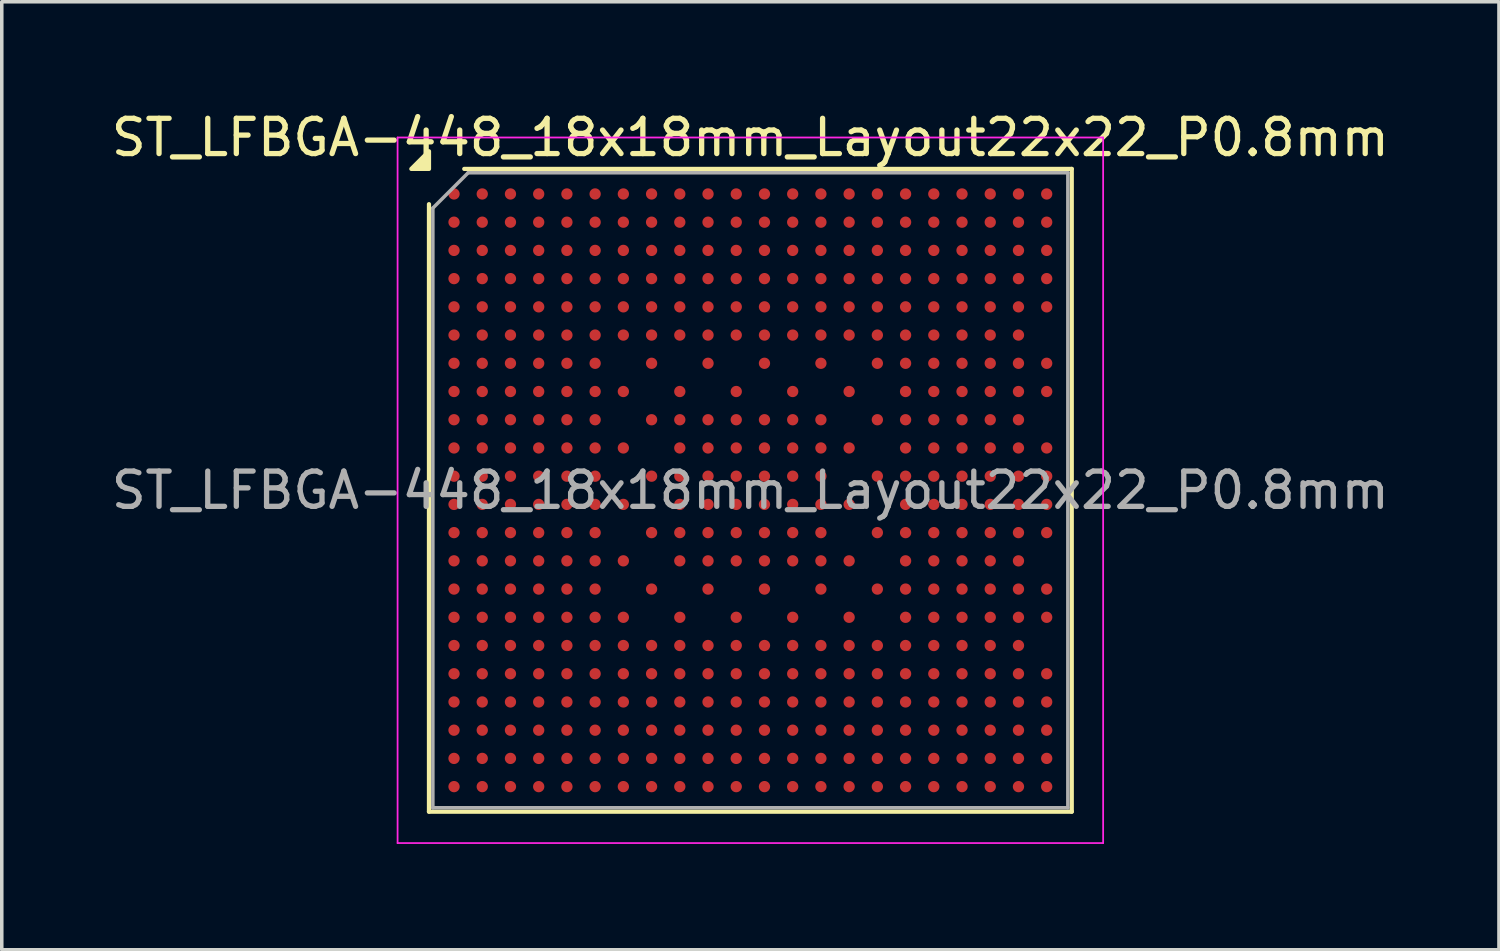
<source format=kicad_pcb>
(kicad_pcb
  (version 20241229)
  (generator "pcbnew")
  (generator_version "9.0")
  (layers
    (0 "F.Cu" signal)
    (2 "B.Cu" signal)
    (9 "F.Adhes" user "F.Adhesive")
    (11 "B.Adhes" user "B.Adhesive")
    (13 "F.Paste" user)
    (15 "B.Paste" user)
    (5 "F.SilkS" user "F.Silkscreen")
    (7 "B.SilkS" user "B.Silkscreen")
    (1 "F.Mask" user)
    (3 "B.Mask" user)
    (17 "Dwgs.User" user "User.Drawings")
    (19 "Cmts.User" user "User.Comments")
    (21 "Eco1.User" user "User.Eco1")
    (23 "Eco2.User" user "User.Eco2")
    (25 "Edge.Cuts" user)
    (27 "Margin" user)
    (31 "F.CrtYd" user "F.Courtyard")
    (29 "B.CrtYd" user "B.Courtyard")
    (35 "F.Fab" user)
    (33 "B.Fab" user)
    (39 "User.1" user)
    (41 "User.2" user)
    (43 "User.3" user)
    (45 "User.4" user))
  (footprint "ST_LFBGA-448_18x18mm_Layout22x22_P0.8mm"
    (layer "F.Cu")
    (at 18.22 10.848)
    (property "Reference" "ST_LFBGA-448_18x18mm_Layout22x22_P0.8mm" (at 0 -10 0) (layer "F.SilkS") (effects (font (size 1 1) (thickness 0.15))))
    (attr smd)
    (fp_line (start -9.11 9.11) (end -9.11 -8.11) (stroke (width 0.12) (type solid)) (layer "F.SilkS"))
    (fp_line (start -8.11 -9.11) (end 9.11 -9.11) (stroke (width 0.12) (type solid)) (layer "F.SilkS"))
    (fp_line (start 9.11 -9.11) (end 9.11 9.11) (stroke (width 0.12) (type solid)) (layer "F.SilkS"))
    (fp_line (start 9.11 9.11) (end -9.11 9.11) (stroke (width 0.12) (type solid)) (layer "F.SilkS"))
    (fp_poly (pts (xy -9.11 -9.11) (xy -9.61 -9.11) (xy -9.11 -9.61) (xy -9.11 -9.11)) (stroke (width 0.12) (type solid)) (fill yes) (layer "F.SilkS"))
    (fp_line (start -10 -10) (end -10 10) (stroke (width 0.05) (type solid)) (layer "F.CrtYd"))
    (fp_line (start -10 10) (end 10 10) (stroke (width 0.05) (type solid)) (layer "F.CrtYd"))
    (fp_line (start 10 -10) (end -10 -10) (stroke (width 0.05) (type solid)) (layer "F.CrtYd"))
    (fp_line (start 10 10) (end 10 -10) (stroke (width 0.05) (type solid)) (layer "F.CrtYd"))
    (fp_line (start -9 -8) (end -8 -9) (stroke (width 0.1) (type solid)) (layer "F.Fab"))
    (fp_line (start -9 9) (end -9 -8) (stroke (width 0.1) (type solid)) (layer "F.Fab"))
    (fp_line (start -8 -9) (end 9 -9) (stroke (width 0.1) (type solid)) (layer "F.Fab"))
    (fp_line (start 9 -9) (end 9 9) (stroke (width 0.1) (type solid)) (layer "F.Fab"))
    (fp_line (start 9 9) (end -9 9) (stroke (width 0.1) (type solid)) (layer "F.Fab"))
    (fp_text user "${REFERENCE}" (at 0 0 0) (layer "F.Fab") (effects (font (size 1 1) (thickness 0.15))))
    (pad "A1" smd circle (at -8.4 -8.4) (size 0.32 0.32) (property pad_prop_bga) (layers "F.Cu" "F.Mask" "F.Paste"))
    (pad "A2" smd circle (at -7.6 -8.4) (size 0.32 0.32) (property pad_prop_bga) (layers "F.Cu" "F.Mask" "F.Paste"))
    (pad "A3" smd circle (at -6.8 -8.4) (size 0.32 0.32) (property pad_prop_bga) (layers "F.Cu" "F.Mask" "F.Paste"))
    (pad "A4" smd circle (at -6 -8.4) (size 0.32 0.32) (property pad_prop_bga) (layers "F.Cu" "F.Mask" "F.Paste"))
    (pad "A5" smd circle (at -5.2 -8.4) (size 0.32 0.32) (property pad_prop_bga) (layers "F.Cu" "F.Mask" "F.Paste"))
    (pad "A6" smd circle (at -4.4 -8.4) (size 0.32 0.32) (property pad_prop_bga) (layers "F.Cu" "F.Mask" "F.Paste"))
    (pad "A7" smd circle (at -3.6 -8.4) (size 0.32 0.32) (property pad_prop_bga) (layers "F.Cu" "F.Mask" "F.Paste"))
    (pad "A8" smd circle (at -2.8 -8.4) (size 0.32 0.32) (property pad_prop_bga) (layers "F.Cu" "F.Mask" "F.Paste"))
    (pad "A9" smd circle (at -2 -8.4) (size 0.32 0.32) (property pad_prop_bga) (layers "F.Cu" "F.Mask" "F.Paste"))
    (pad "A10" smd circle (at -1.2 -8.4) (size 0.32 0.32) (property pad_prop_bga) (layers "F.Cu" "F.Mask" "F.Paste"))
    (pad "A11" smd circle (at -0.4 -8.4) (size 0.32 0.32) (property pad_prop_bga) (layers "F.Cu" "F.Mask" "F.Paste"))
    (pad "A12" smd circle (at 0.4 -8.4) (size 0.32 0.32) (property pad_prop_bga) (layers "F.Cu" "F.Mask" "F.Paste"))
    (pad "A13" smd circle (at 1.2 -8.4) (size 0.32 0.32) (property pad_prop_bga) (layers "F.Cu" "F.Mask" "F.Paste"))
    (pad "A14" smd circle (at 2 -8.4) (size 0.32 0.32) (property pad_prop_bga) (layers "F.Cu" "F.Mask" "F.Paste"))
    (pad "A15" smd circle (at 2.8 -8.4) (size 0.32 0.32) (property pad_prop_bga) (layers "F.Cu" "F.Mask" "F.Paste"))
    (pad "A16" smd circle (at 3.6 -8.4) (size 0.32 0.32) (property pad_prop_bga) (layers "F.Cu" "F.Mask" "F.Paste"))
    (pad "A17" smd circle (at 4.4 -8.4) (size 0.32 0.32) (property pad_prop_bga) (layers "F.Cu" "F.Mask" "F.Paste"))
    (pad "A18" smd circle (at 5.2 -8.4) (size 0.32 0.32) (property pad_prop_bga) (layers "F.Cu" "F.Mask" "F.Paste"))
    (pad "A19" smd circle (at 6 -8.4) (size 0.32 0.32) (property pad_prop_bga) (layers "F.Cu" "F.Mask" "F.Paste"))
    (pad "A20" smd circle (at 6.8 -8.4) (size 0.32 0.32) (property pad_prop_bga) (layers "F.Cu" "F.Mask" "F.Paste"))
    (pad "A21" smd circle (at 7.6 -8.4) (size 0.32 0.32) (property pad_prop_bga) (layers "F.Cu" "F.Mask" "F.Paste"))
    (pad "A22" smd circle (at 8.4 -8.4) (size 0.32 0.32) (property pad_prop_bga) (layers "F.Cu" "F.Mask" "F.Paste"))
    (pad "AA1" smd circle (at -8.4 7.6) (size 0.32 0.32) (property pad_prop_bga) (layers "F.Cu" "F.Mask" "F.Paste"))
    (pad "AA2" smd circle (at -7.6 7.6) (size 0.32 0.32) (property pad_prop_bga) (layers "F.Cu" "F.Mask" "F.Paste"))
    (pad "AA3" smd circle (at -6.8 7.6) (size 0.32 0.32) (property pad_prop_bga) (layers "F.Cu" "F.Mask" "F.Paste"))
    (pad "AA4" smd circle (at -6 7.6) (size 0.32 0.32) (property pad_prop_bga) (layers "F.Cu" "F.Mask" "F.Paste"))
    (pad "AA5" smd circle (at -5.2 7.6) (size 0.32 0.32) (property pad_prop_bga) (layers "F.Cu" "F.Mask" "F.Paste"))
    (pad "AA6" smd circle (at -4.4 7.6) (size 0.32 0.32) (property pad_prop_bga) (layers "F.Cu" "F.Mask" "F.Paste"))
    (pad "AA7" smd circle (at -3.6 7.6) (size 0.32 0.32) (property pad_prop_bga) (layers "F.Cu" "F.Mask" "F.Paste"))
    (pad "AA8" smd circle (at -2.8 7.6) (size 0.32 0.32) (property pad_prop_bga) (layers "F.Cu" "F.Mask" "F.Paste"))
    (pad "AA9" smd circle (at -2 7.6) (size 0.32 0.32) (property pad_prop_bga) (layers "F.Cu" "F.Mask" "F.Paste"))
    (pad "AA10" smd circle (at -1.2 7.6) (size 0.32 0.32) (property pad_prop_bga) (layers "F.Cu" "F.Mask" "F.Paste"))
    (pad "AA11" smd circle (at -0.4 7.6) (size 0.32 0.32) (property pad_prop_bga) (layers "F.Cu" "F.Mask" "F.Paste"))
    (pad "AA12" smd circle (at 0.4 7.6) (size 0.32 0.32) (property pad_prop_bga) (layers "F.Cu" "F.Mask" "F.Paste"))
    (pad "AA13" smd circle (at 1.2 7.6) (size 0.32 0.32) (property pad_prop_bga) (layers "F.Cu" "F.Mask" "F.Paste"))
    (pad "AA14" smd circle (at 2 7.6) (size 0.32 0.32) (property pad_prop_bga) (layers "F.Cu" "F.Mask" "F.Paste"))
    (pad "AA15" smd circle (at 2.8 7.6) (size 0.32 0.32) (property pad_prop_bga) (layers "F.Cu" "F.Mask" "F.Paste"))
    (pad "AA16" smd circle (at 3.6 7.6) (size 0.32 0.32) (property pad_prop_bga) (layers "F.Cu" "F.Mask" "F.Paste"))
    (pad "AA17" smd circle (at 4.4 7.6) (size 0.32 0.32) (property pad_prop_bga) (layers "F.Cu" "F.Mask" "F.Paste"))
    (pad "AA18" smd circle (at 5.2 7.6) (size 0.32 0.32) (property pad_prop_bga) (layers "F.Cu" "F.Mask" "F.Paste"))
    (pad "AA19" smd circle (at 6 7.6) (size 0.32 0.32) (property pad_prop_bga) (layers "F.Cu" "F.Mask" "F.Paste"))
    (pad "AA20" smd circle (at 6.8 7.6) (size 0.32 0.32) (property pad_prop_bga) (layers "F.Cu" "F.Mask" "F.Paste"))
    (pad "AA21" smd circle (at 7.6 7.6) (size 0.32 0.32) (property pad_prop_bga) (layers "F.Cu" "F.Mask" "F.Paste"))
    (pad "AA22" smd circle (at 8.4 7.6) (size 0.32 0.32) (property pad_prop_bga) (layers "F.Cu" "F.Mask" "F.Paste"))
    (pad "AB1" smd circle (at -8.4 8.4) (size 0.32 0.32) (property pad_prop_bga) (layers "F.Cu" "F.Mask" "F.Paste"))
    (pad "AB2" smd circle (at -7.6 8.4) (size 0.32 0.32) (property pad_prop_bga) (layers "F.Cu" "F.Mask" "F.Paste"))
    (pad "AB3" smd circle (at -6.8 8.4) (size 0.32 0.32) (property pad_prop_bga) (layers "F.Cu" "F.Mask" "F.Paste"))
    (pad "AB4" smd circle (at -6 8.4) (size 0.32 0.32) (property pad_prop_bga) (layers "F.Cu" "F.Mask" "F.Paste"))
    (pad "AB5" smd circle (at -5.2 8.4) (size 0.32 0.32) (property pad_prop_bga) (layers "F.Cu" "F.Mask" "F.Paste"))
    (pad "AB6" smd circle (at -4.4 8.4) (size 0.32 0.32) (property pad_prop_bga) (layers "F.Cu" "F.Mask" "F.Paste"))
    (pad "AB7" smd circle (at -3.6 8.4) (size 0.32 0.32) (property pad_prop_bga) (layers "F.Cu" "F.Mask" "F.Paste"))
    (pad "AB8" smd circle (at -2.8 8.4) (size 0.32 0.32) (property pad_prop_bga) (layers "F.Cu" "F.Mask" "F.Paste"))
    (pad "AB9" smd circle (at -2 8.4) (size 0.32 0.32) (property pad_prop_bga) (layers "F.Cu" "F.Mask" "F.Paste"))
    (pad "AB10" smd circle (at -1.2 8.4) (size 0.32 0.32) (property pad_prop_bga) (layers "F.Cu" "F.Mask" "F.Paste"))
    (pad "AB11" smd circle (at -0.4 8.4) (size 0.32 0.32) (property pad_prop_bga) (layers "F.Cu" "F.Mask" "F.Paste"))
    (pad "AB12" smd circle (at 0.4 8.4) (size 0.32 0.32) (property pad_prop_bga) (layers "F.Cu" "F.Mask" "F.Paste"))
    (pad "AB13" smd circle (at 1.2 8.4) (size 0.32 0.32) (property pad_prop_bga) (layers "F.Cu" "F.Mask" "F.Paste"))
    (pad "AB14" smd circle (at 2 8.4) (size 0.32 0.32) (property pad_prop_bga) (layers "F.Cu" "F.Mask" "F.Paste"))
    (pad "AB15" smd circle (at 2.8 8.4) (size 0.32 0.32) (property pad_prop_bga) (layers "F.Cu" "F.Mask" "F.Paste"))
    (pad "AB16" smd circle (at 3.6 8.4) (size 0.32 0.32) (property pad_prop_bga) (layers "F.Cu" "F.Mask" "F.Paste"))
    (pad "AB17" smd circle (at 4.4 8.4) (size 0.32 0.32) (property pad_prop_bga) (layers "F.Cu" "F.Mask" "F.Paste"))
    (pad "AB18" smd circle (at 5.2 8.4) (size 0.32 0.32) (property pad_prop_bga) (layers "F.Cu" "F.Mask" "F.Paste"))
    (pad "AB19" smd circle (at 6 8.4) (size 0.32 0.32) (property pad_prop_bga) (layers "F.Cu" "F.Mask" "F.Paste"))
    (pad "AB20" smd circle (at 6.8 8.4) (size 0.32 0.32) (property pad_prop_bga) (layers "F.Cu" "F.Mask" "F.Paste"))
    (pad "AB21" smd circle (at 7.6 8.4) (size 0.32 0.32) (property pad_prop_bga) (layers "F.Cu" "F.Mask" "F.Paste"))
    (pad "AB22" smd circle (at 8.4 8.4) (size 0.32 0.32) (property pad_prop_bga) (layers "F.Cu" "F.Mask" "F.Paste"))
    (pad "B1" smd circle (at -8.4 -7.6) (size 0.32 0.32) (property pad_prop_bga) (layers "F.Cu" "F.Mask" "F.Paste"))
    (pad "B2" smd circle (at -7.6 -7.6) (size 0.32 0.32) (property pad_prop_bga) (layers "F.Cu" "F.Mask" "F.Paste"))
    (pad "B3" smd circle (at -6.8 -7.6) (size 0.32 0.32) (property pad_prop_bga) (layers "F.Cu" "F.Mask" "F.Paste"))
    (pad "B4" smd circle (at -6 -7.6) (size 0.32 0.32) (property pad_prop_bga) (layers "F.Cu" "F.Mask" "F.Paste"))
    (pad "B5" smd circle (at -5.2 -7.6) (size 0.32 0.32) (property pad_prop_bga) (layers "F.Cu" "F.Mask" "F.Paste"))
    (pad "B6" smd circle (at -4.4 -7.6) (size 0.32 0.32) (property pad_prop_bga) (layers "F.Cu" "F.Mask" "F.Paste"))
    (pad "B7" smd circle (at -3.6 -7.6) (size 0.32 0.32) (property pad_prop_bga) (layers "F.Cu" "F.Mask" "F.Paste"))
    (pad "B8" smd circle (at -2.8 -7.6) (size 0.32 0.32) (property pad_prop_bga) (layers "F.Cu" "F.Mask" "F.Paste"))
    (pad "B9" smd circle (at -2 -7.6) (size 0.32 0.32) (property pad_prop_bga) (layers "F.Cu" "F.Mask" "F.Paste"))
    (pad "B10" smd circle (at -1.2 -7.6) (size 0.32 0.32) (property pad_prop_bga) (layers "F.Cu" "F.Mask" "F.Paste"))
    (pad "B11" smd circle (at -0.4 -7.6) (size 0.32 0.32) (property pad_prop_bga) (layers "F.Cu" "F.Mask" "F.Paste"))
    (pad "B12" smd circle (at 0.4 -7.6) (size 0.32 0.32) (property pad_prop_bga) (layers "F.Cu" "F.Mask" "F.Paste"))
    (pad "B13" smd circle (at 1.2 -7.6) (size 0.32 0.32) (property pad_prop_bga) (layers "F.Cu" "F.Mask" "F.Paste"))
    (pad "B14" smd circle (at 2 -7.6) (size 0.32 0.32) (property pad_prop_bga) (layers "F.Cu" "F.Mask" "F.Paste"))
    (pad "B15" smd circle (at 2.8 -7.6) (size 0.32 0.32) (property pad_prop_bga) (layers "F.Cu" "F.Mask" "F.Paste"))
    (pad "B16" smd circle (at 3.6 -7.6) (size 0.32 0.32) (property pad_prop_bga) (layers "F.Cu" "F.Mask" "F.Paste"))
    (pad "B17" smd circle (at 4.4 -7.6) (size 0.32 0.32) (property pad_prop_bga) (layers "F.Cu" "F.Mask" "F.Paste"))
    (pad "B18" smd circle (at 5.2 -7.6) (size 0.32 0.32) (property pad_prop_bga) (layers "F.Cu" "F.Mask" "F.Paste"))
    (pad "B19" smd circle (at 6 -7.6) (size 0.32 0.32) (property pad_prop_bga) (layers "F.Cu" "F.Mask" "F.Paste"))
    (pad "B20" smd circle (at 6.8 -7.6) (size 0.32 0.32) (property pad_prop_bga) (layers "F.Cu" "F.Mask" "F.Paste"))
    (pad "B21" smd circle (at 7.6 -7.6) (size 0.32 0.32) (property pad_prop_bga) (layers "F.Cu" "F.Mask" "F.Paste"))
    (pad "B22" smd circle (at 8.4 -7.6) (size 0.32 0.32) (property pad_prop_bga) (layers "F.Cu" "F.Mask" "F.Paste"))
    (pad "C1" smd circle (at -8.4 -6.8) (size 0.32 0.32) (property pad_prop_bga) (layers "F.Cu" "F.Mask" "F.Paste"))
    (pad "C2" smd circle (at -7.6 -6.8) (size 0.32 0.32) (property pad_prop_bga) (layers "F.Cu" "F.Mask" "F.Paste"))
    (pad "C3" smd circle (at -6.8 -6.8) (size 0.32 0.32) (property pad_prop_bga) (layers "F.Cu" "F.Mask" "F.Paste"))
    (pad "C4" smd circle (at -6 -6.8) (size 0.32 0.32) (property pad_prop_bga) (layers "F.Cu" "F.Mask" "F.Paste"))
    (pad "C5" smd circle (at -5.2 -6.8) (size 0.32 0.32) (property pad_prop_bga) (layers "F.Cu" "F.Mask" "F.Paste"))
    (pad "C6" smd circle (at -4.4 -6.8) (size 0.32 0.32) (property pad_prop_bga) (layers "F.Cu" "F.Mask" "F.Paste"))
    (pad "C7" smd circle (at -3.6 -6.8) (size 0.32 0.32) (property pad_prop_bga) (layers "F.Cu" "F.Mask" "F.Paste"))
    (pad "C8" smd circle (at -2.8 -6.8) (size 0.32 0.32) (property pad_prop_bga) (layers "F.Cu" "F.Mask" "F.Paste"))
    (pad "C9" smd circle (at -2 -6.8) (size 0.32 0.32) (property pad_prop_bga) (layers "F.Cu" "F.Mask" "F.Paste"))
    (pad "C10" smd circle (at -1.2 -6.8) (size 0.32 0.32) (property pad_prop_bga) (layers "F.Cu" "F.Mask" "F.Paste"))
    (pad "C11" smd circle (at -0.4 -6.8) (size 0.32 0.32) (property pad_prop_bga) (layers "F.Cu" "F.Mask" "F.Paste"))
    (pad "C12" smd circle (at 0.4 -6.8) (size 0.32 0.32) (property pad_prop_bga) (layers "F.Cu" "F.Mask" "F.Paste"))
    (pad "C13" smd circle (at 1.2 -6.8) (size 0.32 0.32) (property pad_prop_bga) (layers "F.Cu" "F.Mask" "F.Paste"))
    (pad "C14" smd circle (at 2 -6.8) (size 0.32 0.32) (property pad_prop_bga) (layers "F.Cu" "F.Mask" "F.Paste"))
    (pad "C15" smd circle (at 2.8 -6.8) (size 0.32 0.32) (property pad_prop_bga) (layers "F.Cu" "F.Mask" "F.Paste"))
    (pad "C16" smd circle (at 3.6 -6.8) (size 0.32 0.32) (property pad_prop_bga) (layers "F.Cu" "F.Mask" "F.Paste"))
    (pad "C17" smd circle (at 4.4 -6.8) (size 0.32 0.32) (property pad_prop_bga) (layers "F.Cu" "F.Mask" "F.Paste"))
    (pad "C18" smd circle (at 5.2 -6.8) (size 0.32 0.32) (property pad_prop_bga) (layers "F.Cu" "F.Mask" "F.Paste"))
    (pad "C19" smd circle (at 6 -6.8) (size 0.32 0.32) (property pad_prop_bga) (layers "F.Cu" "F.Mask" "F.Paste"))
    (pad "C20" smd circle (at 6.8 -6.8) (size 0.32 0.32) (property pad_prop_bga) (layers "F.Cu" "F.Mask" "F.Paste"))
    (pad "C21" smd circle (at 7.6 -6.8) (size 0.32 0.32) (property pad_prop_bga) (layers "F.Cu" "F.Mask" "F.Paste"))
    (pad "C22" smd circle (at 8.4 -6.8) (size 0.32 0.32) (property pad_prop_bga) (layers "F.Cu" "F.Mask" "F.Paste"))
    (pad "D1" smd circle (at -8.4 -6) (size 0.32 0.32) (property pad_prop_bga) (layers "F.Cu" "F.Mask" "F.Paste"))
    (pad "D2" smd circle (at -7.6 -6) (size 0.32 0.32) (property pad_prop_bga) (layers "F.Cu" "F.Mask" "F.Paste"))
    (pad "D3" smd circle (at -6.8 -6) (size 0.32 0.32) (property pad_prop_bga) (layers "F.Cu" "F.Mask" "F.Paste"))
    (pad "D4" smd circle (at -6 -6) (size 0.32 0.32) (property pad_prop_bga) (layers "F.Cu" "F.Mask" "F.Paste"))
    (pad "D5" smd circle (at -5.2 -6) (size 0.32 0.32) (property pad_prop_bga) (layers "F.Cu" "F.Mask" "F.Paste"))
    (pad "D6" smd circle (at -4.4 -6) (size 0.32 0.32) (property pad_prop_bga) (layers "F.Cu" "F.Mask" "F.Paste"))
    (pad "D7" smd circle (at -3.6 -6) (size 0.32 0.32) (property pad_prop_bga) (layers "F.Cu" "F.Mask" "F.Paste"))
    (pad "D8" smd circle (at -2.8 -6) (size 0.32 0.32) (property pad_prop_bga) (layers "F.Cu" "F.Mask" "F.Paste"))
    (pad "D9" smd circle (at -2 -6) (size 0.32 0.32) (property pad_prop_bga) (layers "F.Cu" "F.Mask" "F.Paste"))
    (pad "D10" smd circle (at -1.2 -6) (size 0.32 0.32) (property pad_prop_bga) (layers "F.Cu" "F.Mask" "F.Paste"))
    (pad "D11" smd circle (at -0.4 -6) (size 0.32 0.32) (property pad_prop_bga) (layers "F.Cu" "F.Mask" "F.Paste"))
    (pad "D12" smd circle (at 0.4 -6) (size 0.32 0.32) (property pad_prop_bga) (layers "F.Cu" "F.Mask" "F.Paste"))
    (pad "D13" smd circle (at 1.2 -6) (size 0.32 0.32) (property pad_prop_bga) (layers "F.Cu" "F.Mask" "F.Paste"))
    (pad "D14" smd circle (at 2 -6) (size 0.32 0.32) (property pad_prop_bga) (layers "F.Cu" "F.Mask" "F.Paste"))
    (pad "D15" smd circle (at 2.8 -6) (size 0.32 0.32) (property pad_prop_bga) (layers "F.Cu" "F.Mask" "F.Paste"))
    (pad "D16" smd circle (at 3.6 -6) (size 0.32 0.32) (property pad_prop_bga) (layers "F.Cu" "F.Mask" "F.Paste"))
    (pad "D17" smd circle (at 4.4 -6) (size 0.32 0.32) (property pad_prop_bga) (layers "F.Cu" "F.Mask" "F.Paste"))
    (pad "D18" smd circle (at 5.2 -6) (size 0.32 0.32) (property pad_prop_bga) (layers "F.Cu" "F.Mask" "F.Paste"))
    (pad "D19" smd circle (at 6 -6) (size 0.32 0.32) (property pad_prop_bga) (layers "F.Cu" "F.Mask" "F.Paste"))
    (pad "D20" smd circle (at 6.8 -6) (size 0.32 0.32) (property pad_prop_bga) (layers "F.Cu" "F.Mask" "F.Paste"))
    (pad "D21" smd circle (at 7.6 -6) (size 0.32 0.32) (property pad_prop_bga) (layers "F.Cu" "F.Mask" "F.Paste"))
    (pad "D22" smd circle (at 8.4 -6) (size 0.32 0.32) (property pad_prop_bga) (layers "F.Cu" "F.Mask" "F.Paste"))
    (pad "E1" smd circle (at -8.4 -5.2) (size 0.32 0.32) (property pad_prop_bga) (layers "F.Cu" "F.Mask" "F.Paste"))
    (pad "E2" smd circle (at -7.6 -5.2) (size 0.32 0.32) (property pad_prop_bga) (layers "F.Cu" "F.Mask" "F.Paste"))
    (pad "E3" smd circle (at -6.8 -5.2) (size 0.32 0.32) (property pad_prop_bga) (layers "F.Cu" "F.Mask" "F.Paste"))
    (pad "E4" smd circle (at -6 -5.2) (size 0.32 0.32) (property pad_prop_bga) (layers "F.Cu" "F.Mask" "F.Paste"))
    (pad "E5" smd circle (at -5.2 -5.2) (size 0.32 0.32) (property pad_prop_bga) (layers "F.Cu" "F.Mask" "F.Paste"))
    (pad "E6" smd circle (at -4.4 -5.2) (size 0.32 0.32) (property pad_prop_bga) (layers "F.Cu" "F.Mask" "F.Paste"))
    (pad "E7" smd circle (at -3.6 -5.2) (size 0.32 0.32) (property pad_prop_bga) (layers "F.Cu" "F.Mask" "F.Paste"))
    (pad "E8" smd circle (at -2.8 -5.2) (size 0.32 0.32) (property pad_prop_bga) (layers "F.Cu" "F.Mask" "F.Paste"))
    (pad "E9" smd circle (at -2 -5.2) (size 0.32 0.32) (property pad_prop_bga) (layers "F.Cu" "F.Mask" "F.Paste"))
    (pad "E10" smd circle (at -1.2 -5.2) (size 0.32 0.32) (property pad_prop_bga) (layers "F.Cu" "F.Mask" "F.Paste"))
    (pad "E11" smd circle (at -0.4 -5.2) (size 0.32 0.32) (property pad_prop_bga) (layers "F.Cu" "F.Mask" "F.Paste"))
    (pad "E12" smd circle (at 0.4 -5.2) (size 0.32 0.32) (property pad_prop_bga) (layers "F.Cu" "F.Mask" "F.Paste"))
    (pad "E13" smd circle (at 1.2 -5.2) (size 0.32 0.32) (property pad_prop_bga) (layers "F.Cu" "F.Mask" "F.Paste"))
    (pad "E14" smd circle (at 2 -5.2) (size 0.32 0.32) (property pad_prop_bga) (layers "F.Cu" "F.Mask" "F.Paste"))
    (pad "E15" smd circle (at 2.8 -5.2) (size 0.32 0.32) (property pad_prop_bga) (layers "F.Cu" "F.Mask" "F.Paste"))
    (pad "E16" smd circle (at 3.6 -5.2) (size 0.32 0.32) (property pad_prop_bga) (layers "F.Cu" "F.Mask" "F.Paste"))
    (pad "E17" smd circle (at 4.4 -5.2) (size 0.32 0.32) (property pad_prop_bga) (layers "F.Cu" "F.Mask" "F.Paste"))
    (pad "E18" smd circle (at 5.2 -5.2) (size 0.32 0.32) (property pad_prop_bga) (layers "F.Cu" "F.Mask" "F.Paste"))
    (pad "E19" smd circle (at 6 -5.2) (size 0.32 0.32) (property pad_prop_bga) (layers "F.Cu" "F.Mask" "F.Paste"))
    (pad "E20" smd circle (at 6.8 -5.2) (size 0.32 0.32) (property pad_prop_bga) (layers "F.Cu" "F.Mask" "F.Paste"))
    (pad "E21" smd circle (at 7.6 -5.2) (size 0.32 0.32) (property pad_prop_bga) (layers "F.Cu" "F.Mask" "F.Paste"))
    (pad "E22" smd circle (at 8.4 -5.2) (size 0.32 0.32) (property pad_prop_bga) (layers "F.Cu" "F.Mask" "F.Paste"))
    (pad "F1" smd circle (at -8.4 -4.4) (size 0.32 0.32) (property pad_prop_bga) (layers "F.Cu" "F.Mask" "F.Paste"))
    (pad "F2" smd circle (at -7.6 -4.4) (size 0.32 0.32) (property pad_prop_bga) (layers "F.Cu" "F.Mask" "F.Paste"))
    (pad "F3" smd circle (at -6.8 -4.4) (size 0.32 0.32) (property pad_prop_bga) (layers "F.Cu" "F.Mask" "F.Paste"))
    (pad "F4" smd circle (at -6 -4.4) (size 0.32 0.32) (property pad_prop_bga) (layers "F.Cu" "F.Mask" "F.Paste"))
    (pad "F5" smd circle (at -5.2 -4.4) (size 0.32 0.32) (property pad_prop_bga) (layers "F.Cu" "F.Mask" "F.Paste"))
    (pad "F6" smd circle (at -4.4 -4.4) (size 0.32 0.32) (property pad_prop_bga) (layers "F.Cu" "F.Mask" "F.Paste"))
    (pad "F7" smd circle (at -3.6 -4.4) (size 0.32 0.32) (property pad_prop_bga) (layers "F.Cu" "F.Mask" "F.Paste"))
    (pad "F8" smd circle (at -2.8 -4.4) (size 0.32 0.32) (property pad_prop_bga) (layers "F.Cu" "F.Mask" "F.Paste"))
    (pad "F9" smd circle (at -2 -4.4) (size 0.32 0.32) (property pad_prop_bga) (layers "F.Cu" "F.Mask" "F.Paste"))
    (pad "F10" smd circle (at -1.2 -4.4) (size 0.32 0.32) (property pad_prop_bga) (layers "F.Cu" "F.Mask" "F.Paste"))
    (pad "F11" smd circle (at -0.4 -4.4) (size 0.32 0.32) (property pad_prop_bga) (layers "F.Cu" "F.Mask" "F.Paste"))
    (pad "F12" smd circle (at 0.4 -4.4) (size 0.32 0.32) (property pad_prop_bga) (layers "F.Cu" "F.Mask" "F.Paste"))
    (pad "F13" smd circle (at 1.2 -4.4) (size 0.32 0.32) (property pad_prop_bga) (layers "F.Cu" "F.Mask" "F.Paste"))
    (pad "F14" smd circle (at 2 -4.4) (size 0.32 0.32) (property pad_prop_bga) (layers "F.Cu" "F.Mask" "F.Paste"))
    (pad "F15" smd circle (at 2.8 -4.4) (size 0.32 0.32) (property pad_prop_bga) (layers "F.Cu" "F.Mask" "F.Paste"))
    (pad "F16" smd circle (at 3.6 -4.4) (size 0.32 0.32) (property pad_prop_bga) (layers "F.Cu" "F.Mask" "F.Paste"))
    (pad "F17" smd circle (at 4.4 -4.4) (size 0.32 0.32) (property pad_prop_bga) (layers "F.Cu" "F.Mask" "F.Paste"))
    (pad "F18" smd circle (at 5.2 -4.4) (size 0.32 0.32) (property pad_prop_bga) (layers "F.Cu" "F.Mask" "F.Paste"))
    (pad "F19" smd circle (at 6 -4.4) (size 0.32 0.32) (property pad_prop_bga) (layers "F.Cu" "F.Mask" "F.Paste"))
    (pad "F20" smd circle (at 6.8 -4.4) (size 0.32 0.32) (property pad_prop_bga) (layers "F.Cu" "F.Mask" "F.Paste"))
    (pad "F21" smd circle (at 7.6 -4.4) (size 0.32 0.32) (property pad_prop_bga) (layers "F.Cu" "F.Mask" "F.Paste"))
    (pad "G1" smd circle (at -8.4 -3.6) (size 0.32 0.32) (property pad_prop_bga) (layers "F.Cu" "F.Mask" "F.Paste"))
    (pad "G2" smd circle (at -7.6 -3.6) (size 0.32 0.32) (property pad_prop_bga) (layers "F.Cu" "F.Mask" "F.Paste"))
    (pad "G3" smd circle (at -6.8 -3.6) (size 0.32 0.32) (property pad_prop_bga) (layers "F.Cu" "F.Mask" "F.Paste"))
    (pad "G4" smd circle (at -6 -3.6) (size 0.32 0.32) (property pad_prop_bga) (layers "F.Cu" "F.Mask" "F.Paste"))
    (pad "G5" smd circle (at -5.2 -3.6) (size 0.32 0.32) (property pad_prop_bga) (layers "F.Cu" "F.Mask" "F.Paste"))
    (pad "G6" smd circle (at -4.4 -3.6) (size 0.32 0.32) (property pad_prop_bga) (layers "F.Cu" "F.Mask" "F.Paste"))
    (pad "G8" smd circle (at -2.8 -3.6) (size 0.32 0.32) (property pad_prop_bga) (layers "F.Cu" "F.Mask" "F.Paste"))
    (pad "G10" smd circle (at -1.2 -3.6) (size 0.32 0.32) (property pad_prop_bga) (layers "F.Cu" "F.Mask" "F.Paste"))
    (pad "G12" smd circle (at 0.4 -3.6) (size 0.32 0.32) (property pad_prop_bga) (layers "F.Cu" "F.Mask" "F.Paste"))
    (pad "G14" smd circle (at 2 -3.6) (size 0.32 0.32) (property pad_prop_bga) (layers "F.Cu" "F.Mask" "F.Paste"))
    (pad "G16" smd circle (at 3.6 -3.6) (size 0.32 0.32) (property pad_prop_bga) (layers "F.Cu" "F.Mask" "F.Paste"))
    (pad "G17" smd circle (at 4.4 -3.6) (size 0.32 0.32) (property pad_prop_bga) (layers "F.Cu" "F.Mask" "F.Paste"))
    (pad "G18" smd circle (at 5.2 -3.6) (size 0.32 0.32) (property pad_prop_bga) (layers "F.Cu" "F.Mask" "F.Paste"))
    (pad "G19" smd circle (at 6 -3.6) (size 0.32 0.32) (property pad_prop_bga) (layers "F.Cu" "F.Mask" "F.Paste"))
    (pad "G20" smd circle (at 6.8 -3.6) (size 0.32 0.32) (property pad_prop_bga) (layers "F.Cu" "F.Mask" "F.Paste"))
    (pad "G21" smd circle (at 7.6 -3.6) (size 0.32 0.32) (property pad_prop_bga) (layers "F.Cu" "F.Mask" "F.Paste"))
    (pad "G22" smd circle (at 8.4 -3.6) (size 0.32 0.32) (property pad_prop_bga) (layers "F.Cu" "F.Mask" "F.Paste"))
    (pad "H1" smd circle (at -8.4 -2.8) (size 0.32 0.32) (property pad_prop_bga) (layers "F.Cu" "F.Mask" "F.Paste"))
    (pad "H2" smd circle (at -7.6 -2.8) (size 0.32 0.32) (property pad_prop_bga) (layers "F.Cu" "F.Mask" "F.Paste"))
    (pad "H3" smd circle (at -6.8 -2.8) (size 0.32 0.32) (property pad_prop_bga) (layers "F.Cu" "F.Mask" "F.Paste"))
    (pad "H4" smd circle (at -6 -2.8) (size 0.32 0.32) (property pad_prop_bga) (layers "F.Cu" "F.Mask" "F.Paste"))
    (pad "H5" smd circle (at -5.2 -2.8) (size 0.32 0.32) (property pad_prop_bga) (layers "F.Cu" "F.Mask" "F.Paste"))
    (pad "H6" smd circle (at -4.4 -2.8) (size 0.32 0.32) (property pad_prop_bga) (layers "F.Cu" "F.Mask" "F.Paste"))
    (pad "H7" smd circle (at -3.6 -2.8) (size 0.32 0.32) (property pad_prop_bga) (layers "F.Cu" "F.Mask" "F.Paste"))
    (pad "H9" smd circle (at -2 -2.8) (size 0.32 0.32) (property pad_prop_bga) (layers "F.Cu" "F.Mask" "F.Paste"))
    (pad "H11" smd circle (at -0.4 -2.8) (size 0.32 0.32) (property pad_prop_bga) (layers "F.Cu" "F.Mask" "F.Paste"))
    (pad "H13" smd circle (at 1.2 -2.8) (size 0.32 0.32) (property pad_prop_bga) (layers "F.Cu" "F.Mask" "F.Paste"))
    (pad "H15" smd circle (at 2.8 -2.8) (size 0.32 0.32) (property pad_prop_bga) (layers "F.Cu" "F.Mask" "F.Paste"))
    (pad "H17" smd circle (at 4.4 -2.8) (size 0.32 0.32) (property pad_prop_bga) (layers "F.Cu" "F.Mask" "F.Paste"))
    (pad "H18" smd circle (at 5.2 -2.8) (size 0.32 0.32) (property pad_prop_bga) (layers "F.Cu" "F.Mask" "F.Paste"))
    (pad "H19" smd circle (at 6 -2.8) (size 0.32 0.32) (property pad_prop_bga) (layers "F.Cu" "F.Mask" "F.Paste"))
    (pad "H20" smd circle (at 6.8 -2.8) (size 0.32 0.32) (property pad_prop_bga) (layers "F.Cu" "F.Mask" "F.Paste"))
    (pad "H21" smd circle (at 7.6 -2.8) (size 0.32 0.32) (property pad_prop_bga) (layers "F.Cu" "F.Mask" "F.Paste"))
    (pad "H22" smd circle (at 8.4 -2.8) (size 0.32 0.32) (property pad_prop_bga) (layers "F.Cu" "F.Mask" "F.Paste"))
    (pad "J1" smd circle (at -8.4 -2) (size 0.32 0.32) (property pad_prop_bga) (layers "F.Cu" "F.Mask" "F.Paste"))
    (pad "J2" smd circle (at -7.6 -2) (size 0.32 0.32) (property pad_prop_bga) (layers "F.Cu" "F.Mask" "F.Paste"))
    (pad "J3" smd circle (at -6.8 -2) (size 0.32 0.32) (property pad_prop_bga) (layers "F.Cu" "F.Mask" "F.Paste"))
    (pad "J4" smd circle (at -6 -2) (size 0.32 0.32) (property pad_prop_bga) (layers "F.Cu" "F.Mask" "F.Paste"))
    (pad "J5" smd circle (at -5.2 -2) (size 0.32 0.32) (property pad_prop_bga) (layers "F.Cu" "F.Mask" "F.Paste"))
    (pad "J6" smd circle (at -4.4 -2) (size 0.32 0.32) (property pad_prop_bga) (layers "F.Cu" "F.Mask" "F.Paste"))
    (pad "J8" smd circle (at -2.8 -2) (size 0.32 0.32) (property pad_prop_bga) (layers "F.Cu" "F.Mask" "F.Paste"))
    (pad "J9" smd circle (at -2 -2) (size 0.32 0.32) (property pad_prop_bga) (layers "F.Cu" "F.Mask" "F.Paste"))
    (pad "J10" smd circle (at -1.2 -2) (size 0.32 0.32) (property pad_prop_bga) (layers "F.Cu" "F.Mask" "F.Paste"))
    (pad "J11" smd circle (at -0.4 -2) (size 0.32 0.32) (property pad_prop_bga) (layers "F.Cu" "F.Mask" "F.Paste"))
    (pad "J12" smd circle (at 0.4 -2) (size 0.32 0.32) (property pad_prop_bga) (layers "F.Cu" "F.Mask" "F.Paste"))
    (pad "J13" smd circle (at 1.2 -2) (size 0.32 0.32) (property pad_prop_bga) (layers "F.Cu" "F.Mask" "F.Paste"))
    (pad "J14" smd circle (at 2 -2) (size 0.32 0.32) (property pad_prop_bga) (layers "F.Cu" "F.Mask" "F.Paste"))
    (pad "J16" smd circle (at 3.6 -2) (size 0.32 0.32) (property pad_prop_bga) (layers "F.Cu" "F.Mask" "F.Paste"))
    (pad "J17" smd circle (at 4.4 -2) (size 0.32 0.32) (property pad_prop_bga) (layers "F.Cu" "F.Mask" "F.Paste"))
    (pad "J18" smd circle (at 5.2 -2) (size 0.32 0.32) (property pad_prop_bga) (layers "F.Cu" "F.Mask" "F.Paste"))
    (pad "J19" smd circle (at 6 -2) (size 0.32 0.32) (property pad_prop_bga) (layers "F.Cu" "F.Mask" "F.Paste"))
    (pad "J20" smd circle (at 6.8 -2) (size 0.32 0.32) (property pad_prop_bga) (layers "F.Cu" "F.Mask" "F.Paste"))
    (pad "J21" smd circle (at 7.6 -2) (size 0.32 0.32) (property pad_prop_bga) (layers "F.Cu" "F.Mask" "F.Paste"))
    (pad "K1" smd circle (at -8.4 -1.2) (size 0.32 0.32) (property pad_prop_bga) (layers "F.Cu" "F.Mask" "F.Paste"))
    (pad "K2" smd circle (at -7.6 -1.2) (size 0.32 0.32) (property pad_prop_bga) (layers "F.Cu" "F.Mask" "F.Paste"))
    (pad "K3" smd circle (at -6.8 -1.2) (size 0.32 0.32) (property pad_prop_bga) (layers "F.Cu" "F.Mask" "F.Paste"))
    (pad "K4" smd circle (at -6 -1.2) (size 0.32 0.32) (property pad_prop_bga) (layers "F.Cu" "F.Mask" "F.Paste"))
    (pad "K5" smd circle (at -5.2 -1.2) (size 0.32 0.32) (property pad_prop_bga) (layers "F.Cu" "F.Mask" "F.Paste"))
    (pad "K6" smd circle (at -4.4 -1.2) (size 0.32 0.32) (property pad_prop_bga) (layers "F.Cu" "F.Mask" "F.Paste"))
    (pad "K7" smd circle (at -3.6 -1.2) (size 0.32 0.32) (property pad_prop_bga) (layers "F.Cu" "F.Mask" "F.Paste"))
    (pad "K9" smd circle (at -2 -1.2) (size 0.32 0.32) (property pad_prop_bga) (layers "F.Cu" "F.Mask" "F.Paste"))
    (pad "K10" smd circle (at -1.2 -1.2) (size 0.32 0.32) (property pad_prop_bga) (layers "F.Cu" "F.Mask" "F.Paste"))
    (pad "K11" smd circle (at -0.4 -1.2) (size 0.32 0.32) (property pad_prop_bga) (layers "F.Cu" "F.Mask" "F.Paste"))
    (pad "K12" smd circle (at 0.4 -1.2) (size 0.32 0.32) (property pad_prop_bga) (layers "F.Cu" "F.Mask" "F.Paste"))
    (pad "K13" smd circle (at 1.2 -1.2) (size 0.32 0.32) (property pad_prop_bga) (layers "F.Cu" "F.Mask" "F.Paste"))
    (pad "K14" smd circle (at 2 -1.2) (size 0.32 0.32) (property pad_prop_bga) (layers "F.Cu" "F.Mask" "F.Paste"))
    (pad "K15" smd circle (at 2.8 -1.2) (size 0.32 0.32) (property pad_prop_bga) (layers "F.Cu" "F.Mask" "F.Paste"))
    (pad "K17" smd circle (at 4.4 -1.2) (size 0.32 0.32) (property pad_prop_bga) (layers "F.Cu" "F.Mask" "F.Paste"))
    (pad "K18" smd circle (at 5.2 -1.2) (size 0.32 0.32) (property pad_prop_bga) (layers "F.Cu" "F.Mask" "F.Paste"))
    (pad "K19" smd circle (at 6 -1.2) (size 0.32 0.32) (property pad_prop_bga) (layers "F.Cu" "F.Mask" "F.Paste"))
    (pad "K20" smd circle (at 6.8 -1.2) (size 0.32 0.32) (property pad_prop_bga) (layers "F.Cu" "F.Mask" "F.Paste"))
    (pad "K21" smd circle (at 7.6 -1.2) (size 0.32 0.32) (property pad_prop_bga) (layers "F.Cu" "F.Mask" "F.Paste"))
    (pad "K22" smd circle (at 8.4 -1.2) (size 0.32 0.32) (property pad_prop_bga) (layers "F.Cu" "F.Mask" "F.Paste"))
    (pad "L1" smd circle (at -8.4 -0.4) (size 0.32 0.32) (property pad_prop_bga) (layers "F.Cu" "F.Mask" "F.Paste"))
    (pad "L2" smd circle (at -7.6 -0.4) (size 0.32 0.32) (property pad_prop_bga) (layers "F.Cu" "F.Mask" "F.Paste"))
    (pad "L3" smd circle (at -6.8 -0.4) (size 0.32 0.32) (property pad_prop_bga) (layers "F.Cu" "F.Mask" "F.Paste"))
    (pad "L4" smd circle (at -6 -0.4) (size 0.32 0.32) (property pad_prop_bga) (layers "F.Cu" "F.Mask" "F.Paste"))
    (pad "L5" smd circle (at -5.2 -0.4) (size 0.32 0.32) (property pad_prop_bga) (layers "F.Cu" "F.Mask" "F.Paste"))
    (pad "L6" smd circle (at -4.4 -0.4) (size 0.32 0.32) (property pad_prop_bga) (layers "F.Cu" "F.Mask" "F.Paste"))
    (pad "L8" smd circle (at -2.8 -0.4) (size 0.32 0.32) (property pad_prop_bga) (layers "F.Cu" "F.Mask" "F.Paste"))
    (pad "L9" smd circle (at -2 -0.4) (size 0.32 0.32) (property pad_prop_bga) (layers "F.Cu" "F.Mask" "F.Paste"))
    (pad "L10" smd circle (at -1.2 -0.4) (size 0.32 0.32) (property pad_prop_bga) (layers "F.Cu" "F.Mask" "F.Paste"))
    (pad "L11" smd circle (at -0.4 -0.4) (size 0.32 0.32) (property pad_prop_bga) (layers "F.Cu" "F.Mask" "F.Paste"))
    (pad "L12" smd circle (at 0.4 -0.4) (size 0.32 0.32) (property pad_prop_bga) (layers "F.Cu" "F.Mask" "F.Paste"))
    (pad "L13" smd circle (at 1.2 -0.4) (size 0.32 0.32) (property pad_prop_bga) (layers "F.Cu" "F.Mask" "F.Paste"))
    (pad "L14" smd circle (at 2 -0.4) (size 0.32 0.32) (property pad_prop_bga) (layers "F.Cu" "F.Mask" "F.Paste"))
    (pad "L16" smd circle (at 3.6 -0.4) (size 0.32 0.32) (property pad_prop_bga) (layers "F.Cu" "F.Mask" "F.Paste"))
    (pad "L17" smd circle (at 4.4 -0.4) (size 0.32 0.32) (property pad_prop_bga) (layers "F.Cu" "F.Mask" "F.Paste"))
    (pad "L18" smd circle (at 5.2 -0.4) (size 0.32 0.32) (property pad_prop_bga) (layers "F.Cu" "F.Mask" "F.Paste"))
    (pad "L19" smd circle (at 6 -0.4) (size 0.32 0.32) (property pad_prop_bga) (layers "F.Cu" "F.Mask" "F.Paste"))
    (pad "L20" smd circle (at 6.8 -0.4) (size 0.32 0.32) (property pad_prop_bga) (layers "F.Cu" "F.Mask" "F.Paste"))
    (pad "L21" smd circle (at 7.6 -0.4) (size 0.32 0.32) (property pad_prop_bga) (layers "F.Cu" "F.Mask" "F.Paste"))
    (pad "L22" smd circle (at 8.4 -0.4) (size 0.32 0.32) (property pad_prop_bga) (layers "F.Cu" "F.Mask" "F.Paste"))
    (pad "M1" smd circle (at -8.4 0.4) (size 0.32 0.32) (property pad_prop_bga) (layers "F.Cu" "F.Mask" "F.Paste"))
    (pad "M2" smd circle (at -7.6 0.4) (size 0.32 0.32) (property pad_prop_bga) (layers "F.Cu" "F.Mask" "F.Paste"))
    (pad "M3" smd circle (at -6.8 0.4) (size 0.32 0.32) (property pad_prop_bga) (layers "F.Cu" "F.Mask" "F.Paste"))
    (pad "M4" smd circle (at -6 0.4) (size 0.32 0.32) (property pad_prop_bga) (layers "F.Cu" "F.Mask" "F.Paste"))
    (pad "M5" smd circle (at -5.2 0.4) (size 0.32 0.32) (property pad_prop_bga) (layers "F.Cu" "F.Mask" "F.Paste"))
    (pad "M6" smd circle (at -4.4 0.4) (size 0.32 0.32) (property pad_prop_bga) (layers "F.Cu" "F.Mask" "F.Paste"))
    (pad "M7" smd circle (at -3.6 0.4) (size 0.32 0.32) (property pad_prop_bga) (layers "F.Cu" "F.Mask" "F.Paste"))
    (pad "M9" smd circle (at -2 0.4) (size 0.32 0.32) (property pad_prop_bga) (layers "F.Cu" "F.Mask" "F.Paste"))
    (pad "M10" smd circle (at -1.2 0.4) (size 0.32 0.32) (property pad_prop_bga) (layers "F.Cu" "F.Mask" "F.Paste"))
    (pad "M11" smd circle (at -0.4 0.4) (size 0.32 0.32) (property pad_prop_bga) (layers "F.Cu" "F.Mask" "F.Paste"))
    (pad "M12" smd circle (at 0.4 0.4) (size 0.32 0.32) (property pad_prop_bga) (layers "F.Cu" "F.Mask" "F.Paste"))
    (pad "M13" smd circle (at 1.2 0.4) (size 0.32 0.32) (property pad_prop_bga) (layers "F.Cu" "F.Mask" "F.Paste"))
    (pad "M14" smd circle (at 2 0.4) (size 0.32 0.32) (property pad_prop_bga) (layers "F.Cu" "F.Mask" "F.Paste"))
    (pad "M15" smd circle (at 2.8 0.4) (size 0.32 0.32) (property pad_prop_bga) (layers "F.Cu" "F.Mask" "F.Paste"))
    (pad "M17" smd circle (at 4.4 0.4) (size 0.32 0.32) (property pad_prop_bga) (layers "F.Cu" "F.Mask" "F.Paste"))
    (pad "M18" smd circle (at 5.2 0.4) (size 0.32 0.32) (property pad_prop_bga) (layers "F.Cu" "F.Mask" "F.Paste"))
    (pad "M19" smd circle (at 6 0.4) (size 0.32 0.32) (property pad_prop_bga) (layers "F.Cu" "F.Mask" "F.Paste"))
    (pad "M20" smd circle (at 6.8 0.4) (size 0.32 0.32) (property pad_prop_bga) (layers "F.Cu" "F.Mask" "F.Paste"))
    (pad "M21" smd circle (at 7.6 0.4) (size 0.32 0.32) (property pad_prop_bga) (layers "F.Cu" "F.Mask" "F.Paste"))
    (pad "M22" smd circle (at 8.4 0.4) (size 0.32 0.32) (property pad_prop_bga) (layers "F.Cu" "F.Mask" "F.Paste"))
    (pad "N1" smd circle (at -8.4 1.2) (size 0.32 0.32) (property pad_prop_bga) (layers "F.Cu" "F.Mask" "F.Paste"))
    (pad "N2" smd circle (at -7.6 1.2) (size 0.32 0.32) (property pad_prop_bga) (layers "F.Cu" "F.Mask" "F.Paste"))
    (pad "N3" smd circle (at -6.8 1.2) (size 0.32 0.32) (property pad_prop_bga) (layers "F.Cu" "F.Mask" "F.Paste"))
    (pad "N4" smd circle (at -6 1.2) (size 0.32 0.32) (property pad_prop_bga) (layers "F.Cu" "F.Mask" "F.Paste"))
    (pad "N5" smd circle (at -5.2 1.2) (size 0.32 0.32) (property pad_prop_bga) (layers "F.Cu" "F.Mask" "F.Paste"))
    (pad "N6" smd circle (at -4.4 1.2) (size 0.32 0.32) (property pad_prop_bga) (layers "F.Cu" "F.Mask" "F.Paste"))
    (pad "N8" smd circle (at -2.8 1.2) (size 0.32 0.32) (property pad_prop_bga) (layers "F.Cu" "F.Mask" "F.Paste"))
    (pad "N9" smd circle (at -2 1.2) (size 0.32 0.32) (property pad_prop_bga) (layers "F.Cu" "F.Mask" "F.Paste"))
    (pad "N10" smd circle (at -1.2 1.2) (size 0.32 0.32) (property pad_prop_bga) (layers "F.Cu" "F.Mask" "F.Paste"))
    (pad "N11" smd circle (at -0.4 1.2) (size 0.32 0.32) (property pad_prop_bga) (layers "F.Cu" "F.Mask" "F.Paste"))
    (pad "N12" smd circle (at 0.4 1.2) (size 0.32 0.32) (property pad_prop_bga) (layers "F.Cu" "F.Mask" "F.Paste"))
    (pad "N13" smd circle (at 1.2 1.2) (size 0.32 0.32) (property pad_prop_bga) (layers "F.Cu" "F.Mask" "F.Paste"))
    (pad "N14" smd circle (at 2 1.2) (size 0.32 0.32) (property pad_prop_bga) (layers "F.Cu" "F.Mask" "F.Paste"))
    (pad "N16" smd circle (at 3.6 1.2) (size 0.32 0.32) (property pad_prop_bga) (layers "F.Cu" "F.Mask" "F.Paste"))
    (pad "N17" smd circle (at 4.4 1.2) (size 0.32 0.32) (property pad_prop_bga) (layers "F.Cu" "F.Mask" "F.Paste"))
    (pad "N18" smd circle (at 5.2 1.2) (size 0.32 0.32) (property pad_prop_bga) (layers "F.Cu" "F.Mask" "F.Paste"))
    (pad "N19" smd circle (at 6 1.2) (size 0.32 0.32) (property pad_prop_bga) (layers "F.Cu" "F.Mask" "F.Paste"))
    (pad "N20" smd circle (at 6.8 1.2) (size 0.32 0.32) (property pad_prop_bga) (layers "F.Cu" "F.Mask" "F.Paste"))
    (pad "N21" smd circle (at 7.6 1.2) (size 0.32 0.32) (property pad_prop_bga) (layers "F.Cu" "F.Mask" "F.Paste"))
    (pad "N22" smd circle (at 8.4 1.2) (size 0.32 0.32) (property pad_prop_bga) (layers "F.Cu" "F.Mask" "F.Paste"))
    (pad "P1" smd circle (at -8.4 2) (size 0.32 0.32) (property pad_prop_bga) (layers "F.Cu" "F.Mask" "F.Paste"))
    (pad "P2" smd circle (at -7.6 2) (size 0.32 0.32) (property pad_prop_bga) (layers "F.Cu" "F.Mask" "F.Paste"))
    (pad "P3" smd circle (at -6.8 2) (size 0.32 0.32) (property pad_prop_bga) (layers "F.Cu" "F.Mask" "F.Paste"))
    (pad "P4" smd circle (at -6 2) (size 0.32 0.32) (property pad_prop_bga) (layers "F.Cu" "F.Mask" "F.Paste"))
    (pad "P5" smd circle (at -5.2 2) (size 0.32 0.32) (property pad_prop_bga) (layers "F.Cu" "F.Mask" "F.Paste"))
    (pad "P6" smd circle (at -4.4 2) (size 0.32 0.32) (property pad_prop_bga) (layers "F.Cu" "F.Mask" "F.Paste"))
    (pad "P7" smd circle (at -3.6 2) (size 0.32 0.32) (property pad_prop_bga) (layers "F.Cu" "F.Mask" "F.Paste"))
    (pad "P9" smd circle (at -2 2) (size 0.32 0.32) (property pad_prop_bga) (layers "F.Cu" "F.Mask" "F.Paste"))
    (pad "P10" smd circle (at -1.2 2) (size 0.32 0.32) (property pad_prop_bga) (layers "F.Cu" "F.Mask" "F.Paste"))
    (pad "P11" smd circle (at -0.4 2) (size 0.32 0.32) (property pad_prop_bga) (layers "F.Cu" "F.Mask" "F.Paste"))
    (pad "P12" smd circle (at 0.4 2) (size 0.32 0.32) (property pad_prop_bga) (layers "F.Cu" "F.Mask" "F.Paste"))
    (pad "P13" smd circle (at 1.2 2) (size 0.32 0.32) (property pad_prop_bga) (layers "F.Cu" "F.Mask" "F.Paste"))
    (pad "P14" smd circle (at 2 2) (size 0.32 0.32) (property pad_prop_bga) (layers "F.Cu" "F.Mask" "F.Paste"))
    (pad "P15" smd circle (at 2.8 2) (size 0.32 0.32) (property pad_prop_bga) (layers "F.Cu" "F.Mask" "F.Paste"))
    (pad "P17" smd circle (at 4.4 2) (size 0.32 0.32) (property pad_prop_bga) (layers "F.Cu" "F.Mask" "F.Paste"))
    (pad "P18" smd circle (at 5.2 2) (size 0.32 0.32) (property pad_prop_bga) (layers "F.Cu" "F.Mask" "F.Paste"))
    (pad "P19" smd circle (at 6 2) (size 0.32 0.32) (property pad_prop_bga) (layers "F.Cu" "F.Mask" "F.Paste"))
    (pad "P20" smd circle (at 6.8 2) (size 0.32 0.32) (property pad_prop_bga) (layers "F.Cu" "F.Mask" "F.Paste"))
    (pad "P21" smd circle (at 7.6 2) (size 0.32 0.32) (property pad_prop_bga) (layers "F.Cu" "F.Mask" "F.Paste"))
    (pad "R1" smd circle (at -8.4 2.8) (size 0.32 0.32) (property pad_prop_bga) (layers "F.Cu" "F.Mask" "F.Paste"))
    (pad "R2" smd circle (at -7.6 2.8) (size 0.32 0.32) (property pad_prop_bga) (layers "F.Cu" "F.Mask" "F.Paste"))
    (pad "R3" smd circle (at -6.8 2.8) (size 0.32 0.32) (property pad_prop_bga) (layers "F.Cu" "F.Mask" "F.Paste"))
    (pad "R4" smd circle (at -6 2.8) (size 0.32 0.32) (property pad_prop_bga) (layers "F.Cu" "F.Mask" "F.Paste"))
    (pad "R5" smd circle (at -5.2 2.8) (size 0.32 0.32) (property pad_prop_bga) (layers "F.Cu" "F.Mask" "F.Paste"))
    (pad "R6" smd circle (at -4.4 2.8) (size 0.32 0.32) (property pad_prop_bga) (layers "F.Cu" "F.Mask" "F.Paste"))
    (pad "R8" smd circle (at -2.8 2.8) (size 0.32 0.32) (property pad_prop_bga) (layers "F.Cu" "F.Mask" "F.Paste"))
    (pad "R10" smd circle (at -1.2 2.8) (size 0.32 0.32) (property pad_prop_bga) (layers "F.Cu" "F.Mask" "F.Paste"))
    (pad "R12" smd circle (at 0.4 2.8) (size 0.32 0.32) (property pad_prop_bga) (layers "F.Cu" "F.Mask" "F.Paste"))
    (pad "R14" smd circle (at 2 2.8) (size 0.32 0.32) (property pad_prop_bga) (layers "F.Cu" "F.Mask" "F.Paste"))
    (pad "R16" smd circle (at 3.6 2.8) (size 0.32 0.32) (property pad_prop_bga) (layers "F.Cu" "F.Mask" "F.Paste"))
    (pad "R17" smd circle (at 4.4 2.8) (size 0.32 0.32) (property pad_prop_bga) (layers "F.Cu" "F.Mask" "F.Paste"))
    (pad "R18" smd circle (at 5.2 2.8) (size 0.32 0.32) (property pad_prop_bga) (layers "F.Cu" "F.Mask" "F.Paste"))
    (pad "R19" smd circle (at 6 2.8) (size 0.32 0.32) (property pad_prop_bga) (layers "F.Cu" "F.Mask" "F.Paste"))
    (pad "R20" smd circle (at 6.8 2.8) (size 0.32 0.32) (property pad_prop_bga) (layers "F.Cu" "F.Mask" "F.Paste"))
    (pad "R21" smd circle (at 7.6 2.8) (size 0.32 0.32) (property pad_prop_bga) (layers "F.Cu" "F.Mask" "F.Paste"))
    (pad "R22" smd circle (at 8.4 2.8) (size 0.32 0.32) (property pad_prop_bga) (layers "F.Cu" "F.Mask" "F.Paste"))
    (pad "T1" smd circle (at -8.4 3.6) (size 0.32 0.32) (property pad_prop_bga) (layers "F.Cu" "F.Mask" "F.Paste"))
    (pad "T2" smd circle (at -7.6 3.6) (size 0.32 0.32) (property pad_prop_bga) (layers "F.Cu" "F.Mask" "F.Paste"))
    (pad "T3" smd circle (at -6.8 3.6) (size 0.32 0.32) (property pad_prop_bga) (layers "F.Cu" "F.Mask" "F.Paste"))
    (pad "T4" smd circle (at -6 3.6) (size 0.32 0.32) (property pad_prop_bga) (layers "F.Cu" "F.Mask" "F.Paste"))
    (pad "T5" smd circle (at -5.2 3.6) (size 0.32 0.32) (property pad_prop_bga) (layers "F.Cu" "F.Mask" "F.Paste"))
    (pad "T6" smd circle (at -4.4 3.6) (size 0.32 0.32) (property pad_prop_bga) (layers "F.Cu" "F.Mask" "F.Paste"))
    (pad "T7" smd circle (at -3.6 3.6) (size 0.32 0.32) (property pad_prop_bga) (layers "F.Cu" "F.Mask" "F.Paste"))
    (pad "T9" smd circle (at -2 3.6) (size 0.32 0.32) (property pad_prop_bga) (layers "F.Cu" "F.Mask" "F.Paste"))
    (pad "T11" smd circle (at -0.4 3.6) (size 0.32 0.32) (property pad_prop_bga) (layers "F.Cu" "F.Mask" "F.Paste"))
    (pad "T13" smd circle (at 1.2 3.6) (size 0.32 0.32) (property pad_prop_bga) (layers "F.Cu" "F.Mask" "F.Paste"))
    (pad "T15" smd circle (at 2.8 3.6) (size 0.32 0.32) (property pad_prop_bga) (layers "F.Cu" "F.Mask" "F.Paste"))
    (pad "T17" smd circle (at 4.4 3.6) (size 0.32 0.32) (property pad_prop_bga) (layers "F.Cu" "F.Mask" "F.Paste"))
    (pad "T18" smd circle (at 5.2 3.6) (size 0.32 0.32) (property pad_prop_bga) (layers "F.Cu" "F.Mask" "F.Paste"))
    (pad "T19" smd circle (at 6 3.6) (size 0.32 0.32) (property pad_prop_bga) (layers "F.Cu" "F.Mask" "F.Paste"))
    (pad "T20" smd circle (at 6.8 3.6) (size 0.32 0.32) (property pad_prop_bga) (layers "F.Cu" "F.Mask" "F.Paste"))
    (pad "T21" smd circle (at 7.6 3.6) (size 0.32 0.32) (property pad_prop_bga) (layers "F.Cu" "F.Mask" "F.Paste"))
    (pad "T22" smd circle (at 8.4 3.6) (size 0.32 0.32) (property pad_prop_bga) (layers "F.Cu" "F.Mask" "F.Paste"))
    (pad "U1" smd circle (at -8.4 4.4) (size 0.32 0.32) (property pad_prop_bga) (layers "F.Cu" "F.Mask" "F.Paste"))
    (pad "U2" smd circle (at -7.6 4.4) (size 0.32 0.32) (property pad_prop_bga) (layers "F.Cu" "F.Mask" "F.Paste"))
    (pad "U3" smd circle (at -6.8 4.4) (size 0.32 0.32) (property pad_prop_bga) (layers "F.Cu" "F.Mask" "F.Paste"))
    (pad "U4" smd circle (at -6 4.4) (size 0.32 0.32) (property pad_prop_bga) (layers "F.Cu" "F.Mask" "F.Paste"))
    (pad "U5" smd circle (at -5.2 4.4) (size 0.32 0.32) (property pad_prop_bga) (layers "F.Cu" "F.Mask" "F.Paste"))
    (pad "U6" smd circle (at -4.4 4.4) (size 0.32 0.32) (property pad_prop_bga) (layers "F.Cu" "F.Mask" "F.Paste"))
    (pad "U7" smd circle (at -3.6 4.4) (size 0.32 0.32) (property pad_prop_bga) (layers "F.Cu" "F.Mask" "F.Paste"))
    (pad "U8" smd circle (at -2.8 4.4) (size 0.32 0.32) (property pad_prop_bga) (layers "F.Cu" "F.Mask" "F.Paste"))
    (pad "U9" smd circle (at -2 4.4) (size 0.32 0.32) (property pad_prop_bga) (layers "F.Cu" "F.Mask" "F.Paste"))
    (pad "U10" smd circle (at -1.2 4.4) (size 0.32 0.32) (property pad_prop_bga) (layers "F.Cu" "F.Mask" "F.Paste"))
    (pad "U11" smd circle (at -0.4 4.4) (size 0.32 0.32) (property pad_prop_bga) (layers "F.Cu" "F.Mask" "F.Paste"))
    (pad "U12" smd circle (at 0.4 4.4) (size 0.32 0.32) (property pad_prop_bga) (layers "F.Cu" "F.Mask" "F.Paste"))
    (pad "U13" smd circle (at 1.2 4.4) (size 0.32 0.32) (property pad_prop_bga) (layers "F.Cu" "F.Mask" "F.Paste"))
    (pad "U14" smd circle (at 2 4.4) (size 0.32 0.32) (property pad_prop_bga) (layers "F.Cu" "F.Mask" "F.Paste"))
    (pad "U15" smd circle (at 2.8 4.4) (size 0.32 0.32) (property pad_prop_bga) (layers "F.Cu" "F.Mask" "F.Paste"))
    (pad "U16" smd circle (at 3.6 4.4) (size 0.32 0.32) (property pad_prop_bga) (layers "F.Cu" "F.Mask" "F.Paste"))
    (pad "U17" smd circle (at 4.4 4.4) (size 0.32 0.32) (property pad_prop_bga) (layers "F.Cu" "F.Mask" "F.Paste"))
    (pad "U18" smd circle (at 5.2 4.4) (size 0.32 0.32) (property pad_prop_bga) (layers "F.Cu" "F.Mask" "F.Paste"))
    (pad "U19" smd circle (at 6 4.4) (size 0.32 0.32) (property pad_prop_bga) (layers "F.Cu" "F.Mask" "F.Paste"))
    (pad "U20" smd circle (at 6.8 4.4) (size 0.32 0.32) (property pad_prop_bga) (layers "F.Cu" "F.Mask" "F.Paste"))
    (pad "U21" smd circle (at 7.6 4.4) (size 0.32 0.32) (property pad_prop_bga) (layers "F.Cu" "F.Mask" "F.Paste"))
    (pad "V1" smd circle (at -8.4 5.2) (size 0.32 0.32) (property pad_prop_bga) (layers "F.Cu" "F.Mask" "F.Paste"))
    (pad "V2" smd circle (at -7.6 5.2) (size 0.32 0.32) (property pad_prop_bga) (layers "F.Cu" "F.Mask" "F.Paste"))
    (pad "V3" smd circle (at -6.8 5.2) (size 0.32 0.32) (property pad_prop_bga) (layers "F.Cu" "F.Mask" "F.Paste"))
    (pad "V4" smd circle (at -6 5.2) (size 0.32 0.32) (property pad_prop_bga) (layers "F.Cu" "F.Mask" "F.Paste"))
    (pad "V5" smd circle (at -5.2 5.2) (size 0.32 0.32) (property pad_prop_bga) (layers "F.Cu" "F.Mask" "F.Paste"))
    (pad "V6" smd circle (at -4.4 5.2) (size 0.32 0.32) (property pad_prop_bga) (layers "F.Cu" "F.Mask" "F.Paste"))
    (pad "V7" smd circle (at -3.6 5.2) (size 0.32 0.32) (property pad_prop_bga) (layers "F.Cu" "F.Mask" "F.Paste"))
    (pad "V8" smd circle (at -2.8 5.2) (size 0.32 0.32) (property pad_prop_bga) (layers "F.Cu" "F.Mask" "F.Paste"))
    (pad "V9" smd circle (at -2 5.2) (size 0.32 0.32) (property pad_prop_bga) (layers "F.Cu" "F.Mask" "F.Paste"))
    (pad "V10" smd circle (at -1.2 5.2) (size 0.32 0.32) (property pad_prop_bga) (layers "F.Cu" "F.Mask" "F.Paste"))
    (pad "V11" smd circle (at -0.4 5.2) (size 0.32 0.32) (property pad_prop_bga) (layers "F.Cu" "F.Mask" "F.Paste"))
    (pad "V12" smd circle (at 0.4 5.2) (size 0.32 0.32) (property pad_prop_bga) (layers "F.Cu" "F.Mask" "F.Paste"))
    (pad "V13" smd circle (at 1.2 5.2) (size 0.32 0.32) (property pad_prop_bga) (layers "F.Cu" "F.Mask" "F.Paste"))
    (pad "V14" smd circle (at 2 5.2) (size 0.32 0.32) (property pad_prop_bga) (layers "F.Cu" "F.Mask" "F.Paste"))
    (pad "V15" smd circle (at 2.8 5.2) (size 0.32 0.32) (property pad_prop_bga) (layers "F.Cu" "F.Mask" "F.Paste"))
    (pad "V16" smd circle (at 3.6 5.2) (size 0.32 0.32) (property pad_prop_bga) (layers "F.Cu" "F.Mask" "F.Paste"))
    (pad "V17" smd circle (at 4.4 5.2) (size 0.32 0.32) (property pad_prop_bga) (layers "F.Cu" "F.Mask" "F.Paste"))
    (pad "V18" smd circle (at 5.2 5.2) (size 0.32 0.32) (property pad_prop_bga) (layers "F.Cu" "F.Mask" "F.Paste"))
    (pad "V19" smd circle (at 6 5.2) (size 0.32 0.32) (property pad_prop_bga) (layers "F.Cu" "F.Mask" "F.Paste"))
    (pad "V20" smd circle (at 6.8 5.2) (size 0.32 0.32) (property pad_prop_bga) (layers "F.Cu" "F.Mask" "F.Paste"))
    (pad "V21" smd circle (at 7.6 5.2) (size 0.32 0.32) (property pad_prop_bga) (layers "F.Cu" "F.Mask" "F.Paste"))
    (pad "V22" smd circle (at 8.4 5.2) (size 0.32 0.32) (property pad_prop_bga) (layers "F.Cu" "F.Mask" "F.Paste"))
    (pad "W1" smd circle (at -8.4 6) (size 0.32 0.32) (property pad_prop_bga) (layers "F.Cu" "F.Mask" "F.Paste"))
    (pad "W2" smd circle (at -7.6 6) (size 0.32 0.32) (property pad_prop_bga) (layers "F.Cu" "F.Mask" "F.Paste"))
    (pad "W3" smd circle (at -6.8 6) (size 0.32 0.32) (property pad_prop_bga) (layers "F.Cu" "F.Mask" "F.Paste"))
    (pad "W4" smd circle (at -6 6) (size 0.32 0.32) (property pad_prop_bga) (layers "F.Cu" "F.Mask" "F.Paste"))
    (pad "W5" smd circle (at -5.2 6) (size 0.32 0.32) (property pad_prop_bga) (layers "F.Cu" "F.Mask" "F.Paste"))
    (pad "W6" smd circle (at -4.4 6) (size 0.32 0.32) (property pad_prop_bga) (layers "F.Cu" "F.Mask" "F.Paste"))
    (pad "W7" smd circle (at -3.6 6) (size 0.32 0.32) (property pad_prop_bga) (layers "F.Cu" "F.Mask" "F.Paste"))
    (pad "W8" smd circle (at -2.8 6) (size 0.32 0.32) (property pad_prop_bga) (layers "F.Cu" "F.Mask" "F.Paste"))
    (pad "W9" smd circle (at -2 6) (size 0.32 0.32) (property pad_prop_bga) (layers "F.Cu" "F.Mask" "F.Paste"))
    (pad "W10" smd circle (at -1.2 6) (size 0.32 0.32) (property pad_prop_bga) (layers "F.Cu" "F.Mask" "F.Paste"))
    (pad "W11" smd circle (at -0.4 6) (size 0.32 0.32) (property pad_prop_bga) (layers "F.Cu" "F.Mask" "F.Paste"))
    (pad "W12" smd circle (at 0.4 6) (size 0.32 0.32) (property pad_prop_bga) (layers "F.Cu" "F.Mask" "F.Paste"))
    (pad "W13" smd circle (at 1.2 6) (size 0.32 0.32) (property pad_prop_bga) (layers "F.Cu" "F.Mask" "F.Paste"))
    (pad "W14" smd circle (at 2 6) (size 0.32 0.32) (property pad_prop_bga) (layers "F.Cu" "F.Mask" "F.Paste"))
    (pad "W15" smd circle (at 2.8 6) (size 0.32 0.32) (property pad_prop_bga) (layers "F.Cu" "F.Mask" "F.Paste"))
    (pad "W16" smd circle (at 3.6 6) (size 0.32 0.32) (property pad_prop_bga) (layers "F.Cu" "F.Mask" "F.Paste"))
    (pad "W17" smd circle (at 4.4 6) (size 0.32 0.32) (property pad_prop_bga) (layers "F.Cu" "F.Mask" "F.Paste"))
    (pad "W18" smd circle (at 5.2 6) (size 0.32 0.32) (property pad_prop_bga) (layers "F.Cu" "F.Mask" "F.Paste"))
    (pad "W19" smd circle (at 6 6) (size 0.32 0.32) (property pad_prop_bga) (layers "F.Cu" "F.Mask" "F.Paste"))
    (pad "W20" smd circle (at 6.8 6) (size 0.32 0.32) (property pad_prop_bga) (layers "F.Cu" "F.Mask" "F.Paste"))
    (pad "W21" smd circle (at 7.6 6) (size 0.32 0.32) (property pad_prop_bga) (layers "F.Cu" "F.Mask" "F.Paste"))
    (pad "W22" smd circle (at 8.4 6) (size 0.32 0.32) (property pad_prop_bga) (layers "F.Cu" "F.Mask" "F.Paste"))
    (pad "Y1" smd circle (at -8.4 6.8) (size 0.32 0.32) (property pad_prop_bga) (layers "F.Cu" "F.Mask" "F.Paste"))
    (pad "Y2" smd circle (at -7.6 6.8) (size 0.32 0.32) (property pad_prop_bga) (layers "F.Cu" "F.Mask" "F.Paste"))
    (pad "Y3" smd circle (at -6.8 6.8) (size 0.32 0.32) (property pad_prop_bga) (layers "F.Cu" "F.Mask" "F.Paste"))
    (pad "Y4" smd circle (at -6 6.8) (size 0.32 0.32) (property pad_prop_bga) (layers "F.Cu" "F.Mask" "F.Paste"))
    (pad "Y5" smd circle (at -5.2 6.8) (size 0.32 0.32) (property pad_prop_bga) (layers "F.Cu" "F.Mask" "F.Paste"))
    (pad "Y6" smd circle (at -4.4 6.8) (size 0.32 0.32) (property pad_prop_bga) (layers "F.Cu" "F.Mask" "F.Paste"))
    (pad "Y7" smd circle (at -3.6 6.8) (size 0.32 0.32) (property pad_prop_bga) (layers "F.Cu" "F.Mask" "F.Paste"))
    (pad "Y8" smd circle (at -2.8 6.8) (size 0.32 0.32) (property pad_prop_bga) (layers "F.Cu" "F.Mask" "F.Paste"))
    (pad "Y9" smd circle (at -2 6.8) (size 0.32 0.32) (property pad_prop_bga) (layers "F.Cu" "F.Mask" "F.Paste"))
    (pad "Y10" smd circle (at -1.2 6.8) (size 0.32 0.32) (property pad_prop_bga) (layers "F.Cu" "F.Mask" "F.Paste"))
    (pad "Y11" smd circle (at -0.4 6.8) (size 0.32 0.32) (property pad_prop_bga) (layers "F.Cu" "F.Mask" "F.Paste"))
    (pad "Y12" smd circle (at 0.4 6.8) (size 0.32 0.32) (property pad_prop_bga) (layers "F.Cu" "F.Mask" "F.Paste"))
    (pad "Y13" smd circle (at 1.2 6.8) (size 0.32 0.32) (property pad_prop_bga) (layers "F.Cu" "F.Mask" "F.Paste"))
    (pad "Y14" smd circle (at 2 6.8) (size 0.32 0.32) (property pad_prop_bga) (layers "F.Cu" "F.Mask" "F.Paste"))
    (pad "Y15" smd circle (at 2.8 6.8) (size 0.32 0.32) (property pad_prop_bga) (layers "F.Cu" "F.Mask" "F.Paste"))
    (pad "Y16" smd circle (at 3.6 6.8) (size 0.32 0.32) (property pad_prop_bga) (layers "F.Cu" "F.Mask" "F.Paste"))
    (pad "Y17" smd circle (at 4.4 6.8) (size 0.32 0.32) (property pad_prop_bga) (layers "F.Cu" "F.Mask" "F.Paste"))
    (pad "Y18" smd circle (at 5.2 6.8) (size 0.32 0.32) (property pad_prop_bga) (layers "F.Cu" "F.Mask" "F.Paste"))
    (pad "Y19" smd circle (at 6 6.8) (size 0.32 0.32) (property pad_prop_bga) (layers "F.Cu" "F.Mask" "F.Paste"))
    (pad "Y20" smd circle (at 6.8 6.8) (size 0.32 0.32) (property pad_prop_bga) (layers "F.Cu" "F.Mask" "F.Paste"))
    (pad "Y21" smd circle (at 7.6 6.8) (size 0.32 0.32) (property pad_prop_bga) (layers "F.Cu" "F.Mask" "F.Paste"))
    (pad "Y22" smd circle (at 8.4 6.8) (size 0.32 0.32) (property pad_prop_bga) (layers "F.Cu" "F.Mask" "F.Paste")))
  (gr_rect
    (start -3 -3)
    (end 39.44 23.873)
    (stroke (width 0.1) (type default))
    (fill no)
    (layer "Edge.Cuts")))
</source>
